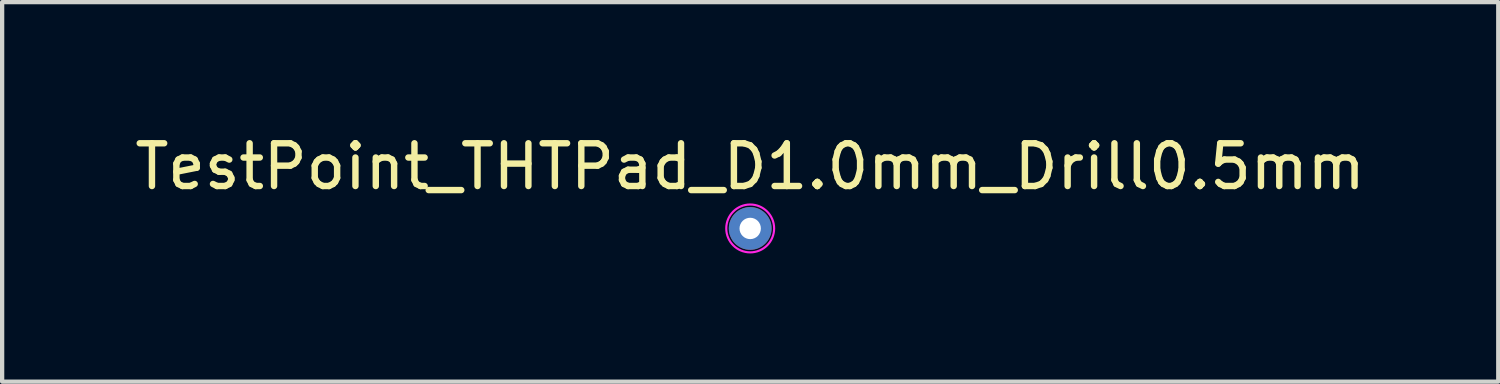
<source format=kicad_pcb>
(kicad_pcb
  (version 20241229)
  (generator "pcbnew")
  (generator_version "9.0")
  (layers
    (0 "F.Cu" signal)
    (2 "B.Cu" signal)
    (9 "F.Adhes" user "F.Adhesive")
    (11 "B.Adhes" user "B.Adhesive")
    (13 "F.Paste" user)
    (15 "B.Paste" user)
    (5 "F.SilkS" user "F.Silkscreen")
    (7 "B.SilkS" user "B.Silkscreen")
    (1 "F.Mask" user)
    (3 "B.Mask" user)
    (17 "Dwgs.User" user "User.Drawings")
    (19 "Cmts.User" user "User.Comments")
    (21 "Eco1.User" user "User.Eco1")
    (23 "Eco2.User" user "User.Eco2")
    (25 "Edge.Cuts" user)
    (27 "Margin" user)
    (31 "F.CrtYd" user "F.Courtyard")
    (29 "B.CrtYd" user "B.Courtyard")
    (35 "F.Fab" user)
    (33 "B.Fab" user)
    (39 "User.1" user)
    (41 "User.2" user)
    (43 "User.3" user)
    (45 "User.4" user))
  (footprint "TestPoint_THTPad_D1.0mm_Drill0.5mm"
    (layer "F.Cu")
    (at 14.506 2.296)
    (property "Reference" "TestPoint_THTPad_D1.0mm_Drill0.5mm" (at 0 -1.448 0) (layer "F.SilkS") (effects (font (size 1 1) (thickness 0.15))))
    (attr exclude_from_pos_files exclude_from_bom)
    (fp_circle (center 0 0) (end 0.56 0) (stroke (width 0.05) (type solid)) (fill no) (layer "F.CrtYd"))
    (pad "1" thru_hole circle (at 0 0) (size 1 1) (drill 0.5) (layers "*.Cu" "*.Mask")))
  (gr_rect
    (start -3 -3)
    (end 32.012 5.881)
    (stroke (width 0.1) (type default))
    (fill no)
    (layer "Edge.Cuts")))
</source>
